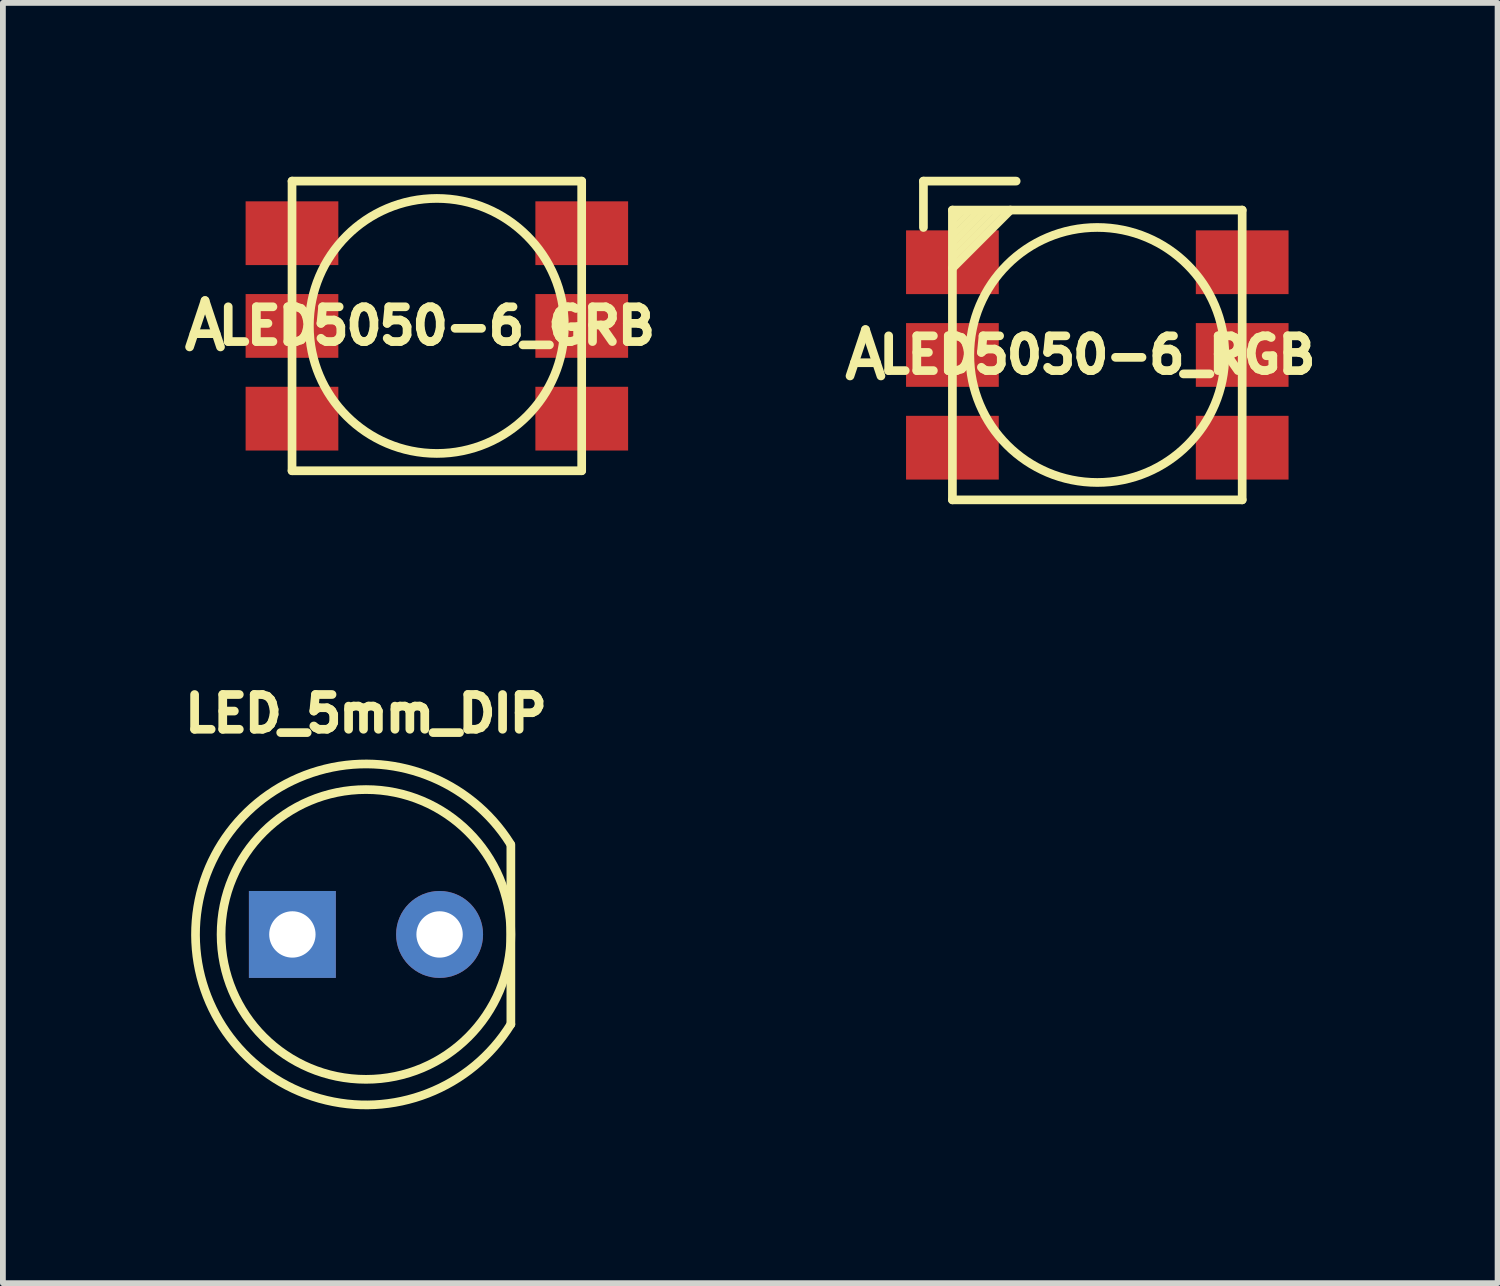
<source format=kicad_pcb>
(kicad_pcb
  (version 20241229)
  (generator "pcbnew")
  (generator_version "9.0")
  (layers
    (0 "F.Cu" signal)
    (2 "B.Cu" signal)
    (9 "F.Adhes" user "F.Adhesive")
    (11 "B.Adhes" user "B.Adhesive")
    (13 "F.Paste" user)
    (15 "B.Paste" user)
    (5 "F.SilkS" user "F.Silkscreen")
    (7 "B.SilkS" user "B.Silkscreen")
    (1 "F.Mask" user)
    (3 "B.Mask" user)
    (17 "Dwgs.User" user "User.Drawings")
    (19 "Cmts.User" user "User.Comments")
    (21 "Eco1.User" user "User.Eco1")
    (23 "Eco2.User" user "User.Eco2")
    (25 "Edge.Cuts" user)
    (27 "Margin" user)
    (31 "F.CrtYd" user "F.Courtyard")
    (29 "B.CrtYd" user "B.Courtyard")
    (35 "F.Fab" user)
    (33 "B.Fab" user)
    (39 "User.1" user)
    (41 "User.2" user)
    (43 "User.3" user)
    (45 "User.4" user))
  (footprint "LED5050-6_GRB"
    (layer "F.Cu")
    (at 4.488 2.574)
    (property "Reference" "LED5050-6_GRB" (at 0 0 0) (layer "F.SilkS") (effects (font (size 0.6 0.6) (thickness 0.15))))
    (attr through_hole)
    (fp_line (start -2.499 -2.499) (end 2.499 -2.499) (stroke (width 0.15) (type solid)) (layer "F.SilkS"))
    (fp_line (start -2.499 2.499) (end -2.499 -2.499) (stroke (width 0.15) (type solid)) (layer "F.SilkS"))
    (fp_line (start 2.499 -2.499) (end 2.499 2.499) (stroke (width 0.15) (type solid)) (layer "F.SilkS"))
    (fp_line (start 2.499 2.499) (end -2.499 2.499) (stroke (width 0.15) (type solid)) (layer "F.SilkS"))
    (fp_circle (center 0 0) (end 0 2.2) (stroke (width 0.15) (type solid)) (fill no) (layer "F.SilkS"))
    (fp_text user "A" (at -4 0 0) (layer "F.SilkS") (effects (font (size 0.8 0.8) (thickness 0.15))))
    (pad "BA" smd rect (at -2.5 1.6) (size 1.6 1.1) (layers "F.Cu" "F.Mask" "F.Paste"))
    (pad "BC" smd rect (at 2.5 1.6) (size 1.6 1.1) (layers "F.Cu" "F.Mask" "F.Paste"))
    (pad "GA" smd rect (at -2.5 -1.6) (size 1.6 1.1) (layers "F.Cu" "F.Mask" "F.Paste"))
    (pad "GC" smd rect (at 2.5 -1.6) (size 1.6 1.1) (layers "F.Cu" "F.Mask" "F.Paste"))
    (pad "RA" smd rect (at -2.5 0) (size 1.6 1.1) (layers "F.Cu" "F.Mask" "F.Paste"))
    (pad "RC" smd rect (at 2.5 0) (size 1.6 1.1) (layers "F.Cu" "F.Mask" "F.Paste")))
  (footprint "LED5050-6_RGB"
    (layer "F.Cu")
    (at 15.884 3.075)
    (property "Reference" "LED5050-6_RGB" (at 0 0 0) (layer "F.SilkS") (effects (font (size 0.6 0.6) (thickness 0.15))))
    (attr smd)
    (fp_line (start -3 -3) (end -3 -2.2) (stroke (width 0.15) (type solid)) (layer "F.SilkS"))
    (fp_line (start -3 -3) (end -1.4 -3) (stroke (width 0.15) (type solid)) (layer "F.SilkS"))
    (fp_line (start -2.5 -2.5) (end 2.5 -2.5) (stroke (width 0.15) (type solid)) (layer "F.SilkS"))
    (fp_line (start -2.5 2.5) (end -2.5 -2.5) (stroke (width 0.15) (type solid)) (layer "F.SilkS"))
    (fp_line (start -2.337 -2.464) (end -2.464 -2.337) (stroke (width 0.1) (type solid)) (layer "F.SilkS"))
    (fp_line (start -2.21 -2.464) (end -2.464 -2.21) (stroke (width 0.1) (type solid)) (layer "F.SilkS"))
    (fp_line (start -2.083 -2.464) (end -2.464 -2.083) (stroke (width 0.1) (type solid)) (layer "F.SilkS"))
    (fp_line (start -1.956 -2.464) (end -2.464 -1.956) (stroke (width 0.1) (type solid)) (layer "F.SilkS"))
    (fp_line (start -1.829 -2.464) (end -2.464 -1.829) (stroke (width 0.1) (type solid)) (layer "F.SilkS"))
    (fp_line (start -1.702 -2.464) (end -2.464 -1.702) (stroke (width 0.1) (type solid)) (layer "F.SilkS"))
    (fp_line (start -1.5 -2.5) (end -2.5 -1.5) (stroke (width 0.15) (type solid)) (layer "F.SilkS"))
    (fp_line (start 2.5 -2.5) (end 2.5 2.5) (stroke (width 0.15) (type solid)) (layer "F.SilkS"))
    (fp_line (start 2.5 2.5) (end -2.5 2.5) (stroke (width 0.15) (type solid)) (layer "F.SilkS"))
    (fp_circle (center 0 0) (end 0 2.2) (stroke (width 0.15) (type solid)) (fill no) (layer "F.SilkS"))
    (fp_text user "A" (at -4 0 0) (layer "F.SilkS") (effects (font (size 0.8 0.8) (thickness 0.15))))
    (pad "BA" smd rect (at -2.5 1.6) (size 1.6 1.1) (layers "F.Cu" "F.Mask" "F.Paste"))
    (pad "BC" smd rect (at 2.5 1.6) (size 1.6 1.1) (layers "F.Cu" "F.Mask" "F.Paste"))
    (pad "GA" smd rect (at -2.5 0) (size 1.6 1.1) (layers "F.Cu" "F.Mask" "F.Paste"))
    (pad "GC" smd rect (at 2.5 0) (size 1.6 1.1) (layers "F.Cu" "F.Mask" "F.Paste"))
    (pad "RA" smd rect (at -2.5 -1.6) (size 1.6 1.1) (layers "F.Cu" "F.Mask" "F.Paste"))
    (pad "RC" smd rect (at 2.5 -1.6) (size 1.6 1.1) (layers "F.Cu" "F.Mask" "F.Paste")))
  (footprint "LED_5mm_DIP"
    (layer "F.Cu")
    (at 3.265 13.074)
    (property "Reference" "LED_5mm_DIP" (at 0 -3.81 0) (layer "F.SilkS") (effects (font (size 0.6 0.6) (thickness 0.15))))
    (attr through_hole)
    (fp_line (start 2.5 -1.55) (end 2.5 1.55) (stroke (width 0.15) (type solid)) (layer "F.SilkS"))
    (fp_arc (start 2.5 1.55) (mid -2.941495 0.010324) (end 2.489059 -1.56751) (stroke (width 0.15) (type solid)) (layer "F.SilkS"))
    (fp_circle (center 0 0) (end 2.5 0) (stroke (width 0.15) (type solid)) (fill no) (layer "F.SilkS"))
    (pad "A" thru_hole rect (at -1.27 0) (size 1.5 1.5) (drill 0.8) (layers "*.Cu" "*.Mask"))
    (pad "C" thru_hole circle (at 1.27 0) (size 1.5 1.5) (drill 0.8) (layers "*.Cu" "*.Mask")))
  (gr_rect
    (start -3 -3)
    (end 22.791 19.091)
    (stroke (width 0.1) (type default))
    (fill no)
    (layer "Edge.Cuts")))
</source>
